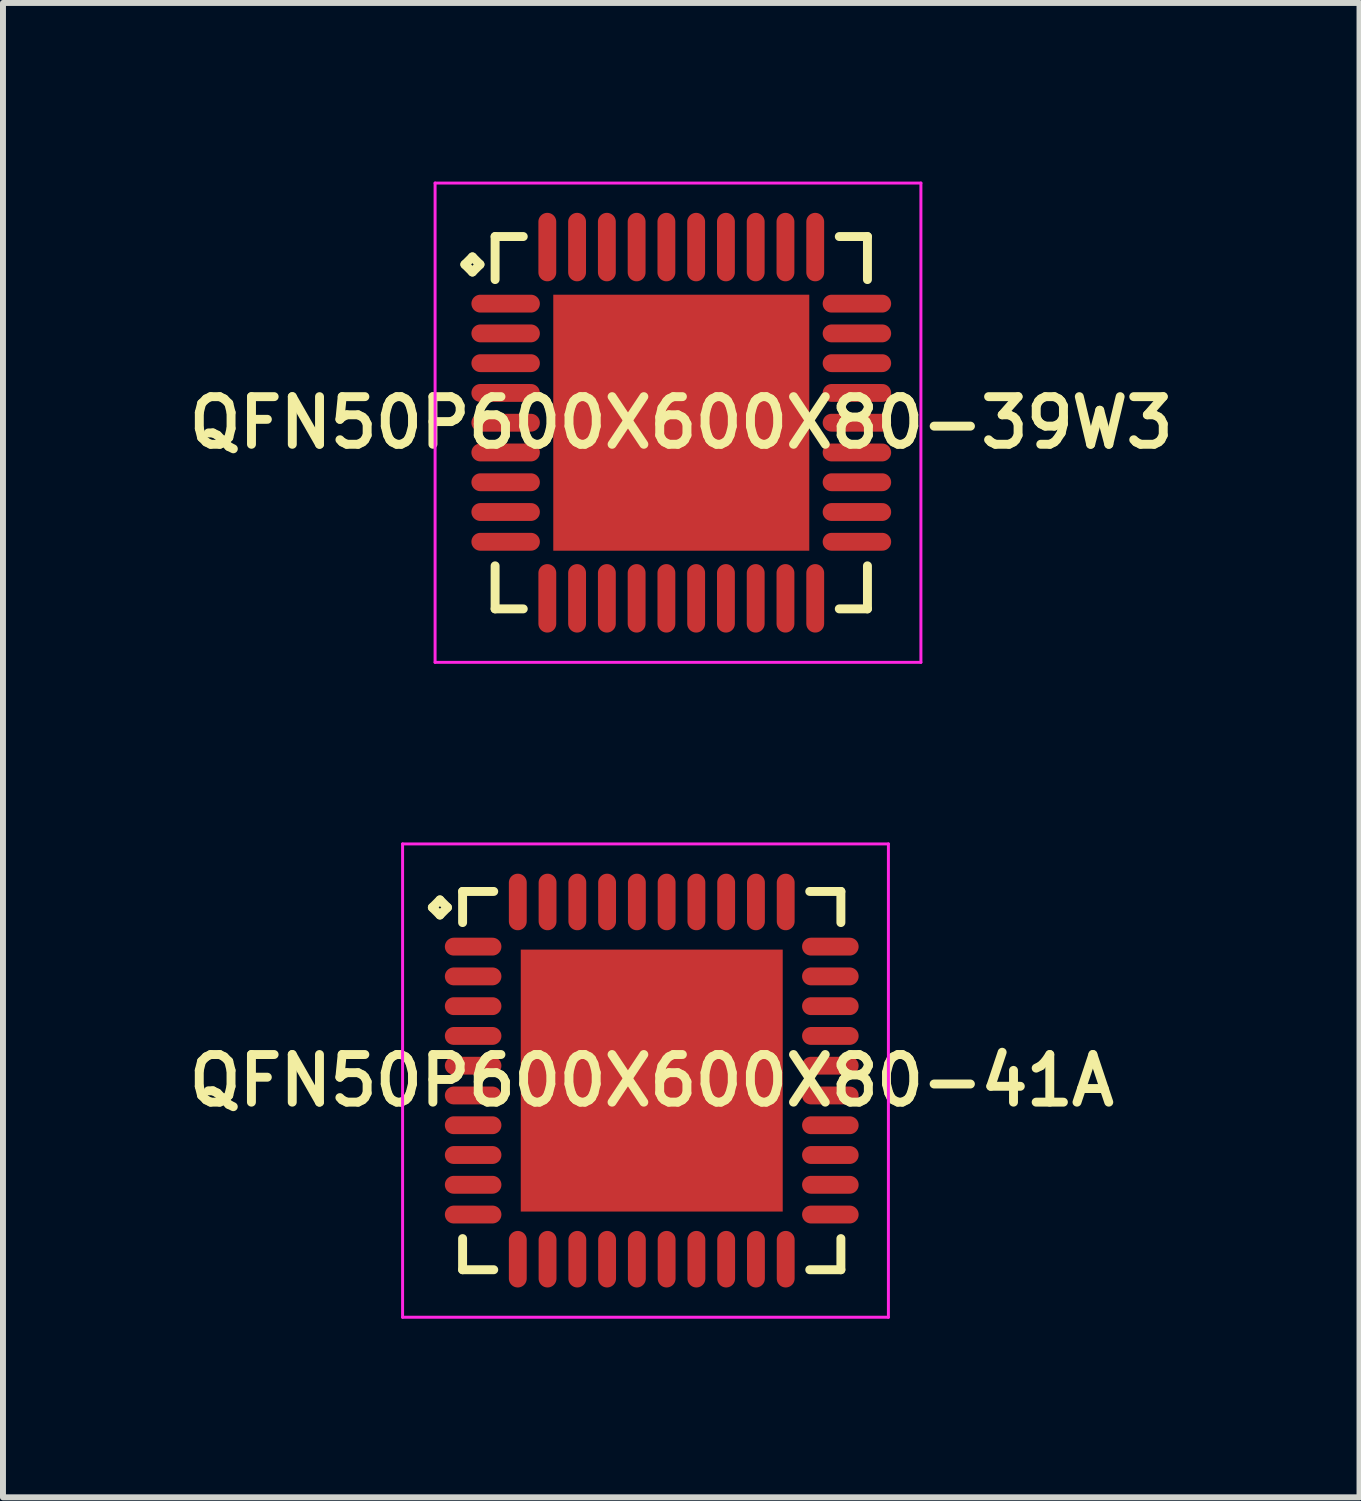
<source format=kicad_pcb>
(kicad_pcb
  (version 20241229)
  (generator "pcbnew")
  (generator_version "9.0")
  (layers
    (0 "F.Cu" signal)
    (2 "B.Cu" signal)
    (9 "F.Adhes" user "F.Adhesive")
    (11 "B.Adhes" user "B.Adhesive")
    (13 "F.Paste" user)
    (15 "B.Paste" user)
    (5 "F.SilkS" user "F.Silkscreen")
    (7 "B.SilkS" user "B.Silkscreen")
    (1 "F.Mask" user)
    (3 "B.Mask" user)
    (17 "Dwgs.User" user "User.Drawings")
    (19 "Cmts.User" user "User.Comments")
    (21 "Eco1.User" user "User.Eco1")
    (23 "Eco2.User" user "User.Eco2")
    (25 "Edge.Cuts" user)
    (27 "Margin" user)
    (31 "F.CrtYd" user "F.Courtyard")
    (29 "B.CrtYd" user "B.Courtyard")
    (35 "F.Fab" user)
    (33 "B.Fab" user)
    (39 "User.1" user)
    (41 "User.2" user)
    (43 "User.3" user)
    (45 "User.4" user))
  (footprint "QFN50P600X600X80-39W3"
    (layer "F.Cu")
    (at 8.393 4.05)
    (property "Reference" "QFN50P600X600X80-39W3" (at 0 0 0) (layer "F.SilkS") (effects (font (size 0.8 0.8) (thickness 0.15))))
    (attr smd)
    (fp_line (start -3.635 -2.658) (end -3.508 -2.785) (stroke (width 0.15) (type solid)) (layer "F.SilkS"))
    (fp_line (start -3.508 -2.785) (end -3.381 -2.658) (stroke (width 0.15) (type solid)) (layer "F.SilkS"))
    (fp_line (start -3.508 -2.531) (end -3.635 -2.658) (stroke (width 0.15) (type solid)) (layer "F.SilkS"))
    (fp_line (start -3.381 -2.658) (end -3.508 -2.531) (stroke (width 0.15) (type solid)) (layer "F.SilkS"))
    (fp_line (start -3.127 -3.127) (end -2.654 -3.127) (stroke (width 0.15) (type solid)) (layer "F.SilkS"))
    (fp_line (start -3.127 -2.404) (end -3.127 -3.127) (stroke (width 0.15) (type solid)) (layer "F.SilkS"))
    (fp_line (start -3.127 2.404) (end -3.127 3.127) (stroke (width 0.15) (type solid)) (layer "F.SilkS"))
    (fp_line (start -3.127 3.127) (end -2.654 3.127) (stroke (width 0.15) (type solid)) (layer "F.SilkS"))
    (fp_line (start 2.654 -3.127) (end 3.127 -3.127) (stroke (width 0.15) (type solid)) (layer "F.SilkS"))
    (fp_line (start 2.654 3.127) (end 3.127 3.127) (stroke (width 0.15) (type solid)) (layer "F.SilkS"))
    (fp_line (start 3.127 -3.127) (end 3.127 -2.404) (stroke (width 0.15) (type solid)) (layer "F.SilkS"))
    (fp_line (start 3.127 3.127) (end 3.127 2.404) (stroke (width 0.15) (type solid)) (layer "F.SilkS"))
    (fp_line (start -4.135 -4.025) (end 4.025 -4.025) (stroke (width 0.05) (type solid)) (layer "F.CrtYd"))
    (fp_line (start -4.135 4.025) (end -4.135 -4.025) (stroke (width 0.05) (type solid)) (layer "F.CrtYd"))
    (fp_line (start 4.025 -4.025) (end 4.025 4.025) (stroke (width 0.05) (type solid)) (layer "F.CrtYd"))
    (fp_line (start 4.025 4.025) (end -4.135 4.025) (stroke (width 0.05) (type solid)) (layer "F.CrtYd"))
    (pad "1" smd oval (at -2.95 -2) (size 1.15 0.3) (layers "F.Cu" "F.Mask" "F.Paste"))
    (pad "2" smd oval (at -2.95 -1.5) (size 1.15 0.3) (layers "F.Cu" "F.Mask" "F.Paste"))
    (pad "3" smd oval (at -2.95 -1) (size 1.15 0.3) (layers "F.Cu" "F.Mask" "F.Paste"))
    (pad "4" smd oval (at -2.95 -0.5) (size 1.15 0.3) (layers "F.Cu" "F.Mask" "F.Paste"))
    (pad "5" smd oval (at -2.95 0) (size 1.15 0.3) (layers "F.Cu" "F.Mask" "F.Paste"))
    (pad "6" smd oval (at -2.95 0.5) (size 1.15 0.3) (layers "F.Cu" "F.Mask" "F.Paste"))
    (pad "7" smd oval (at -2.95 1) (size 1.15 0.3) (layers "F.Cu" "F.Mask" "F.Paste"))
    (pad "8" smd oval (at -2.95 1.5) (size 1.15 0.3) (layers "F.Cu" "F.Mask" "F.Paste"))
    (pad "9" smd oval (at -2.95 2) (size 1.15 0.3) (layers "F.Cu" "F.Mask" "F.Paste"))
    (pad "10" smd oval (at -2.25 2.95) (size 0.3 1.15) (layers "F.Cu" "F.Mask" "F.Paste"))
    (pad "11" smd oval (at -1.75 2.95) (size 0.3 1.15) (layers "F.Cu" "F.Mask" "F.Paste"))
    (pad "12" smd oval (at -1.25 2.95) (size 0.3 1.15) (layers "F.Cu" "F.Mask" "F.Paste"))
    (pad "13" smd oval (at -0.75 2.95) (size 0.3 1.15) (layers "F.Cu" "F.Mask" "F.Paste"))
    (pad "14" smd oval (at -0.25 2.95) (size 0.3 1.15) (layers "F.Cu" "F.Mask" "F.Paste"))
    (pad "15" smd oval (at 0.25 2.95) (size 0.3 1.15) (layers "F.Cu" "F.Mask" "F.Paste"))
    (pad "16" smd oval (at 0.75 2.95) (size 0.3 1.15) (layers "F.Cu" "F.Mask" "F.Paste"))
    (pad "17" smd oval (at 1.25 2.95) (size 0.3 1.15) (layers "F.Cu" "F.Mask" "F.Paste"))
    (pad "18" smd oval (at 1.75 2.95) (size 0.3 1.15) (layers "F.Cu" "F.Mask" "F.Paste"))
    (pad "19" smd oval (at 2.25 2.95) (size 0.3 1.15) (layers "F.Cu" "F.Mask" "F.Paste"))
    (pad "20" smd oval (at 2.95 2) (size 1.15 0.3) (layers "F.Cu" "F.Mask" "F.Paste"))
    (pad "21" smd oval (at 2.95 1.5) (size 1.15 0.3) (layers "F.Cu" "F.Mask" "F.Paste"))
    (pad "22" smd oval (at 2.95 1) (size 1.15 0.3) (layers "F.Cu" "F.Mask" "F.Paste"))
    (pad "23" smd oval (at 2.95 0.5) (size 1.15 0.3) (layers "F.Cu" "F.Mask" "F.Paste"))
    (pad "24" smd oval (at 2.95 0) (size 1.15 0.3) (layers "F.Cu" "F.Mask" "F.Paste"))
    (pad "25" smd oval (at 2.95 -0.5) (size 1.15 0.3) (layers "F.Cu" "F.Mask" "F.Paste"))
    (pad "26" smd oval (at 2.95 -1) (size 1.15 0.3) (layers "F.Cu" "F.Mask" "F.Paste"))
    (pad "27" smd oval (at 2.95 -1.5) (size 1.15 0.3) (layers "F.Cu" "F.Mask" "F.Paste"))
    (pad "28" smd oval (at 2.95 -2) (size 1.15 0.3) (layers "F.Cu" "F.Mask" "F.Paste"))
    (pad "29" smd oval (at 2.25 -2.95) (size 0.3 1.15) (layers "F.Cu" "F.Mask" "F.Paste"))
    (pad "30" smd oval (at 1.75 -2.95) (size 0.3 1.15) (layers "F.Cu" "F.Mask" "F.Paste"))
    (pad "31" smd oval (at 1.25 -2.95) (size 0.3 1.15) (layers "F.Cu" "F.Mask" "F.Paste"))
    (pad "32" smd oval (at 0.75 -2.95) (size 0.3 1.15) (layers "F.Cu" "F.Mask" "F.Paste"))
    (pad "33" smd oval (at 0.25 -2.95) (size 0.3 1.15) (layers "F.Cu" "F.Mask" "F.Paste"))
    (pad "34" smd oval (at -0.25 -2.95) (size 0.3 1.15) (layers "F.Cu" "F.Mask" "F.Paste"))
    (pad "35" smd oval (at -0.75 -2.95) (size 0.3 1.15) (layers "F.Cu" "F.Mask" "F.Paste"))
    (pad "36" smd oval (at -1.25 -2.95) (size 0.3 1.15) (layers "F.Cu" "F.Mask" "F.Paste"))
    (pad "37" smd oval (at -1.75 -2.95) (size 0.3 1.15) (layers "F.Cu" "F.Mask" "F.Paste"))
    (pad "38" smd oval (at -2.25 -2.95) (size 0.3 1.15) (layers "F.Cu" "F.Mask" "F.Paste"))
    (pad "39" smd rect (at 0 0) (size 4.3 4.3) (layers "F.Cu" "F.Mask" "F.Paste")))
  (footprint "QFN50P600X600X80-41A"
    (layer "F.Cu")
    (at 7.897 15.1)
    (property "Reference" "QFN50P600X600X80-41A" (at 0 0 0) (layer "F.SilkS") (effects (font (size 0.8 0.8) (thickness 0.15))))
    (attr smd)
    (fp_line (start -3.685 -2.908) (end -3.558 -3.035) (stroke (width 0.15) (type solid)) (layer "F.SilkS"))
    (fp_line (start -3.558 -3.035) (end -3.431 -2.908) (stroke (width 0.15) (type solid)) (layer "F.SilkS"))
    (fp_line (start -3.558 -2.781) (end -3.685 -2.908) (stroke (width 0.15) (type solid)) (layer "F.SilkS"))
    (fp_line (start -3.431 -2.908) (end -3.558 -2.781) (stroke (width 0.15) (type solid)) (layer "F.SilkS"))
    (fp_line (start -3.177 -3.177) (end -2.654 -3.177) (stroke (width 0.15) (type solid)) (layer "F.SilkS"))
    (fp_line (start -3.177 -2.654) (end -3.177 -3.177) (stroke (width 0.15) (type solid)) (layer "F.SilkS"))
    (fp_line (start -3.177 2.654) (end -3.177 3.177) (stroke (width 0.15) (type solid)) (layer "F.SilkS"))
    (fp_line (start -3.177 3.177) (end -2.654 3.177) (stroke (width 0.15) (type solid)) (layer "F.SilkS"))
    (fp_line (start 2.654 -3.177) (end 3.177 -3.177) (stroke (width 0.15) (type solid)) (layer "F.SilkS"))
    (fp_line (start 2.654 3.177) (end 3.177 3.177) (stroke (width 0.15) (type solid)) (layer "F.SilkS"))
    (fp_line (start 3.177 -3.177) (end 3.177 -2.654) (stroke (width 0.15) (type solid)) (layer "F.SilkS"))
    (fp_line (start 3.177 3.177) (end 3.177 2.654) (stroke (width 0.15) (type solid)) (layer "F.SilkS"))
    (fp_line (start -4.185 -3.975) (end 3.975 -3.975) (stroke (width 0.05) (type solid)) (layer "F.CrtYd"))
    (fp_line (start -4.185 3.975) (end -4.185 -3.975) (stroke (width 0.05) (type solid)) (layer "F.CrtYd"))
    (fp_line (start 3.975 -3.975) (end 3.975 3.975) (stroke (width 0.05) (type solid)) (layer "F.CrtYd"))
    (fp_line (start 3.975 3.975) (end -4.185 3.975) (stroke (width 0.05) (type solid)) (layer "F.CrtYd"))
    (pad "1" smd oval (at -3 -2.25) (size 0.95 0.3) (layers "F.Cu" "F.Mask" "F.Paste"))
    (pad "2" smd oval (at -3 -1.75) (size 0.95 0.3) (layers "F.Cu" "F.Mask" "F.Paste"))
    (pad "3" smd oval (at -3 -1.25) (size 0.95 0.3) (layers "F.Cu" "F.Mask" "F.Paste"))
    (pad "4" smd oval (at -3 -0.75) (size 0.95 0.3) (layers "F.Cu" "F.Mask" "F.Paste"))
    (pad "5" smd oval (at -3 -0.25) (size 0.95 0.3) (layers "F.Cu" "F.Mask" "F.Paste"))
    (pad "6" smd oval (at -3 0.25) (size 0.95 0.3) (layers "F.Cu" "F.Mask" "F.Paste"))
    (pad "7" smd oval (at -3 0.75) (size 0.95 0.3) (layers "F.Cu" "F.Mask" "F.Paste"))
    (pad "8" smd oval (at -3 1.25) (size 0.95 0.3) (layers "F.Cu" "F.Mask" "F.Paste"))
    (pad "9" smd oval (at -3 1.75) (size 0.95 0.3) (layers "F.Cu" "F.Mask" "F.Paste"))
    (pad "10" smd oval (at -3 2.25) (size 0.95 0.3) (layers "F.Cu" "F.Mask" "F.Paste"))
    (pad "11" smd oval (at -2.25 3) (size 0.3 0.95) (layers "F.Cu" "F.Mask" "F.Paste"))
    (pad "12" smd oval (at -1.75 3) (size 0.3 0.95) (layers "F.Cu" "F.Mask" "F.Paste"))
    (pad "13" smd oval (at -1.25 3) (size 0.3 0.95) (layers "F.Cu" "F.Mask" "F.Paste"))
    (pad "14" smd oval (at -0.75 3) (size 0.3 0.95) (layers "F.Cu" "F.Mask" "F.Paste"))
    (pad "15" smd oval (at -0.25 3) (size 0.3 0.95) (layers "F.Cu" "F.Mask" "F.Paste"))
    (pad "16" smd oval (at 0.25 3) (size 0.3 0.95) (layers "F.Cu" "F.Mask" "F.Paste"))
    (pad "17" smd oval (at 0.75 3) (size 0.3 0.95) (layers "F.Cu" "F.Mask" "F.Paste"))
    (pad "18" smd oval (at 1.25 3) (size 0.3 0.95) (layers "F.Cu" "F.Mask" "F.Paste"))
    (pad "19" smd oval (at 1.75 3) (size 0.3 0.95) (layers "F.Cu" "F.Mask" "F.Paste"))
    (pad "20" smd oval (at 2.25 3) (size 0.3 0.95) (layers "F.Cu" "F.Mask" "F.Paste"))
    (pad "21" smd oval (at 3 2.25) (size 0.95 0.3) (layers "F.Cu" "F.Mask" "F.Paste"))
    (pad "22" smd oval (at 3 1.75) (size 0.95 0.3) (layers "F.Cu" "F.Mask" "F.Paste"))
    (pad "23" smd oval (at 3 1.25) (size 0.95 0.3) (layers "F.Cu" "F.Mask" "F.Paste"))
    (pad "24" smd oval (at 3 0.75) (size 0.95 0.3) (layers "F.Cu" "F.Mask" "F.Paste"))
    (pad "25" smd oval (at 3 0.25) (size 0.95 0.3) (layers "F.Cu" "F.Mask" "F.Paste"))
    (pad "26" smd oval (at 3 -0.25) (size 0.95 0.3) (layers "F.Cu" "F.Mask" "F.Paste"))
    (pad "27" smd oval (at 3 -0.75) (size 0.95 0.3) (layers "F.Cu" "F.Mask" "F.Paste"))
    (pad "28" smd oval (at 3 -1.25) (size 0.95 0.3) (layers "F.Cu" "F.Mask" "F.Paste"))
    (pad "29" smd oval (at 3 -1.75) (size 0.95 0.3) (layers "F.Cu" "F.Mask" "F.Paste"))
    (pad "30" smd oval (at 3 -2.25) (size 0.95 0.3) (layers "F.Cu" "F.Mask" "F.Paste"))
    (pad "31" smd oval (at 2.25 -3) (size 0.3 0.95) (layers "F.Cu" "F.Mask" "F.Paste"))
    (pad "32" smd oval (at 1.75 -3) (size 0.3 0.95) (layers "F.Cu" "F.Mask" "F.Paste"))
    (pad "33" smd oval (at 1.25 -3) (size 0.3 0.95) (layers "F.Cu" "F.Mask" "F.Paste"))
    (pad "34" smd oval (at 0.75 -3) (size 0.3 0.95) (layers "F.Cu" "F.Mask" "F.Paste"))
    (pad "35" smd oval (at 0.25 -3) (size 0.3 0.95) (layers "F.Cu" "F.Mask" "F.Paste"))
    (pad "36" smd oval (at -0.25 -3) (size 0.3 0.95) (layers "F.Cu" "F.Mask" "F.Paste"))
    (pad "37" smd oval (at -0.75 -3) (size 0.3 0.95) (layers "F.Cu" "F.Mask" "F.Paste"))
    (pad "38" smd oval (at -1.25 -3) (size 0.3 0.95) (layers "F.Cu" "F.Mask" "F.Paste"))
    (pad "39" smd oval (at -1.75 -3) (size 0.3 0.95) (layers "F.Cu" "F.Mask" "F.Paste"))
    (pad "40" smd oval (at -2.25 -3) (size 0.3 0.95) (layers "F.Cu" "F.Mask" "F.Paste"))
    (pad "41" smd rect (at 0 0) (size 4.4 4.4) (layers "F.Cu" "F.Mask" "F.Paste")))
  (gr_rect
    (start -3 -3)
    (end 19.785 22.1)
    (stroke (width 0.1) (type default))
    (fill no)
    (layer "Edge.Cuts")))
</source>
